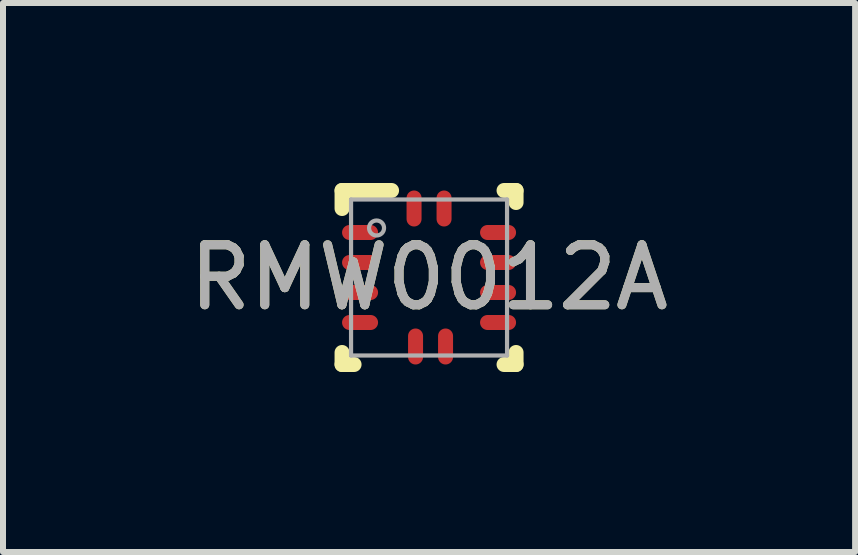
<source format=kicad_pcb>
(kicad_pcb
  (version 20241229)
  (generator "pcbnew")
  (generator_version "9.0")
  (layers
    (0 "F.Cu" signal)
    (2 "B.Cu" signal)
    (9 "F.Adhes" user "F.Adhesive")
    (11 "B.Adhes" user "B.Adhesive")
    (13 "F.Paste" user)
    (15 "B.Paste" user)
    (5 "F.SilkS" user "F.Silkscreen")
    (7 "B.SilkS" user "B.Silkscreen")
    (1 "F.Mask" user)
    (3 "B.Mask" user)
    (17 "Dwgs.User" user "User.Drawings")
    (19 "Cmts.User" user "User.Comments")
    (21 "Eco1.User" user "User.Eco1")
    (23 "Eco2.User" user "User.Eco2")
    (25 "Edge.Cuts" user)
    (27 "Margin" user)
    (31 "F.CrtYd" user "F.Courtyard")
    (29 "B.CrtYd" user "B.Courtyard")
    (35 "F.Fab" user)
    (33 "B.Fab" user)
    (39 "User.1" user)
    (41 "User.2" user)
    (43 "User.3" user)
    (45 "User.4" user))
  (footprint "RMW0012A"
    (layer "F.Cu")
    (at 4.101 1.575)
    (property "Reference" "RMW0012A" (at 0 0 0) (unlocked yes) (layer "F.SilkS") (effects (font (size 1 1) (thickness 0.15))))
    (attr smd)
    (fp_line (start -1.45 -1.45) (end -0.625 -1.45) (stroke (width 0.25) (type solid)) (layer "F.SilkS"))
    (fp_line (start -1.45 -1.15) (end -1.45 -1.45) (stroke (width 0.25) (type solid)) (layer "F.SilkS"))
    (fp_line (start -1.45 1.45) (end -1.45 1.25) (stroke (width 0.25) (type solid)) (layer "F.SilkS"))
    (fp_line (start -1.45 1.45) (end -1.25 1.45) (stroke (width 0.25) (type solid)) (layer "F.SilkS"))
    (fp_line (start 1.25 -1.45) (end 1.45 -1.45) (stroke (width 0.25) (type solid)) (layer "F.SilkS"))
    (fp_line (start 1.25 1.45) (end 1.45 1.45) (stroke (width 0.25) (type solid)) (layer "F.SilkS"))
    (fp_line (start 1.45 -1.25) (end 1.45 -1.45) (stroke (width 0.25) (type solid)) (layer "F.SilkS"))
    (fp_line (start 1.45 1.45) (end 1.45 1.25) (stroke (width 0.25) (type solid)) (layer "F.SilkS"))
    (fp_line (start -1.3 -1.3) (end 1.3 -1.3) (stroke (width 0.07) (type solid)) (layer "F.Fab"))
    (fp_line (start -1.3 1.3) (end -1.3 -1.3) (stroke (width 0.07) (type solid)) (layer "F.Fab"))
    (fp_line (start -1.3 1.3) (end 1.3 1.3) (stroke (width 0.07) (type solid)) (layer "F.Fab"))
    (fp_line (start 1.3 1.3) (end 1.3 -1.3) (stroke (width 0.07) (type solid)) (layer "F.Fab"))
    (fp_circle (center -0.875 -0.825) (end -0.75 -0.825) (stroke (width 0.07) (type solid)) (fill no) (layer "F.Fab"))
    (fp_text user "${REFERENCE}" (at 0 0 0) (unlocked yes) (layer "F.Fab") (effects (font (size 1 1) (thickness 0.15))))
    (pad "1" smd oval (at -1.15 -0.75) (size 0.6 0.25) (layers "F.Cu" "F.Mask" "F.Paste"))
    (pad "2" smd oval (at -1.15 -0.25) (size 0.6 0.25) (layers "F.Cu" "F.Mask" "F.Paste"))
    (pad "3" smd oval (at -1.15 0.25) (size 0.6 0.25) (layers "F.Cu" "F.Mask" "F.Paste"))
    (pad "4" smd oval (at -1.15 0.75) (size 0.6 0.25) (layers "F.Cu" "F.Mask" "F.Paste"))
    (pad "5" smd oval (at -0.225 1.15 90) (size 0.6 0.25) (layers "F.Cu" "F.Mask" "F.Paste"))
    (pad "6" smd oval (at 0.275 1.15 90) (size 0.6 0.25) (layers "F.Cu" "F.Mask" "F.Paste"))
    (pad "7" smd oval (at 1.15 0.75) (size 0.6 0.25) (layers "F.Cu" "F.Mask" "F.Paste"))
    (pad "8" smd oval (at 1.15 0.25) (size 0.6 0.25) (layers "F.Cu" "F.Mask" "F.Paste"))
    (pad "9" smd oval (at 1.15 -0.25) (size 0.6 0.25) (layers "F.Cu" "F.Mask" "F.Paste"))
    (pad "10" smd oval (at 1.15 -0.75) (size 0.6 0.25) (layers "F.Cu" "F.Mask" "F.Paste"))
    (pad "11" smd oval (at 0.25 -1.15 90) (size 0.6 0.25) (layers "F.Cu" "F.Mask" "F.Paste"))
    (pad "12" smd oval (at -0.25 -1.15 90) (size 0.6 0.25) (layers "F.Cu" "F.Mask" "F.Paste")))
  (gr_rect
    (start -3 -3)
    (end 11.202 6.15)
    (stroke (width 0.1) (type default))
    (fill no)
    (layer "Edge.Cuts")))
</source>
